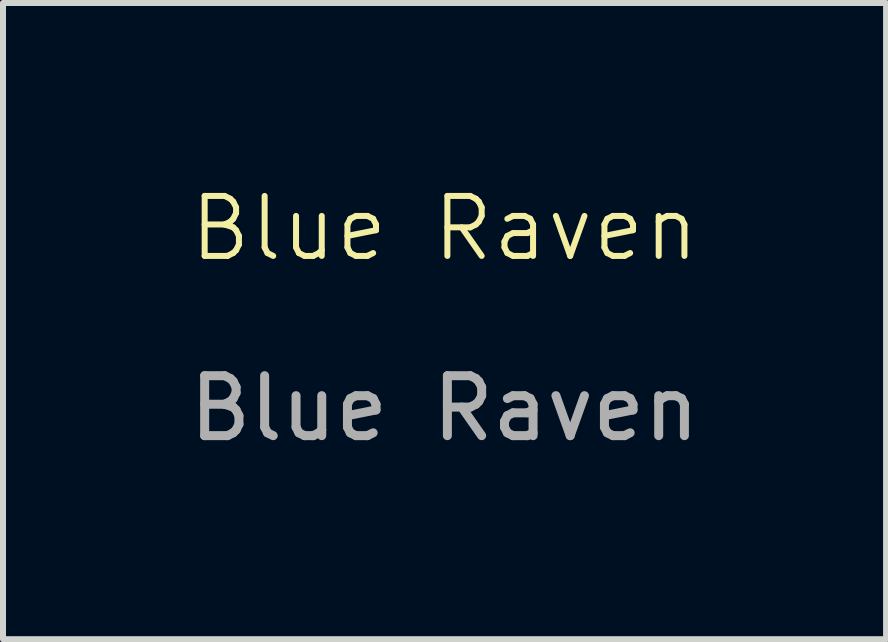
<source format=kicad_pcb>
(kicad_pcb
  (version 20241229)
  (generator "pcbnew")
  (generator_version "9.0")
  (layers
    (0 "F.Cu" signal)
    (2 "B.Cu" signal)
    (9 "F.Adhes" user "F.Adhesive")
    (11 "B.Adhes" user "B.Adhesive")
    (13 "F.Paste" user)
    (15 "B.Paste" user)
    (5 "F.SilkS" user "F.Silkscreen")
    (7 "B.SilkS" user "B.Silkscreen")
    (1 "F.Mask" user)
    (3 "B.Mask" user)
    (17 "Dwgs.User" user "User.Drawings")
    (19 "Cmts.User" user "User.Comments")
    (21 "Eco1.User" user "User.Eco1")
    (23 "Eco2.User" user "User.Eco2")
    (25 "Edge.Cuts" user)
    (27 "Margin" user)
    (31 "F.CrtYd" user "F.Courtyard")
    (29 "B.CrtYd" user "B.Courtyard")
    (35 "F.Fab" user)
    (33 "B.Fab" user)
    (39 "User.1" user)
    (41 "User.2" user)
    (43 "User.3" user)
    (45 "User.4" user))
  (footprint "Blue Raven"
    (layer "F.Cu")
    (at 4.363 1.26)
    (property "Reference" "Blue Raven" (at 0 -0.5 0) (unlocked yes) (layer "F.SilkS") (effects (font (size 1 1) (thickness 0.1))))
    (attr through_hole)
    (fp_text user "${REFERENCE}" (at 0 2.5 0) (unlocked yes) (layer "F.Fab") (effects (font (size 1 1) (thickness 0.15)))))
  (gr_rect
    (start -3 -3)
    (end 11.726 7.609)
    (stroke (width 0.1) (type default))
    (fill no)
    (layer "Edge.Cuts")))
</source>
